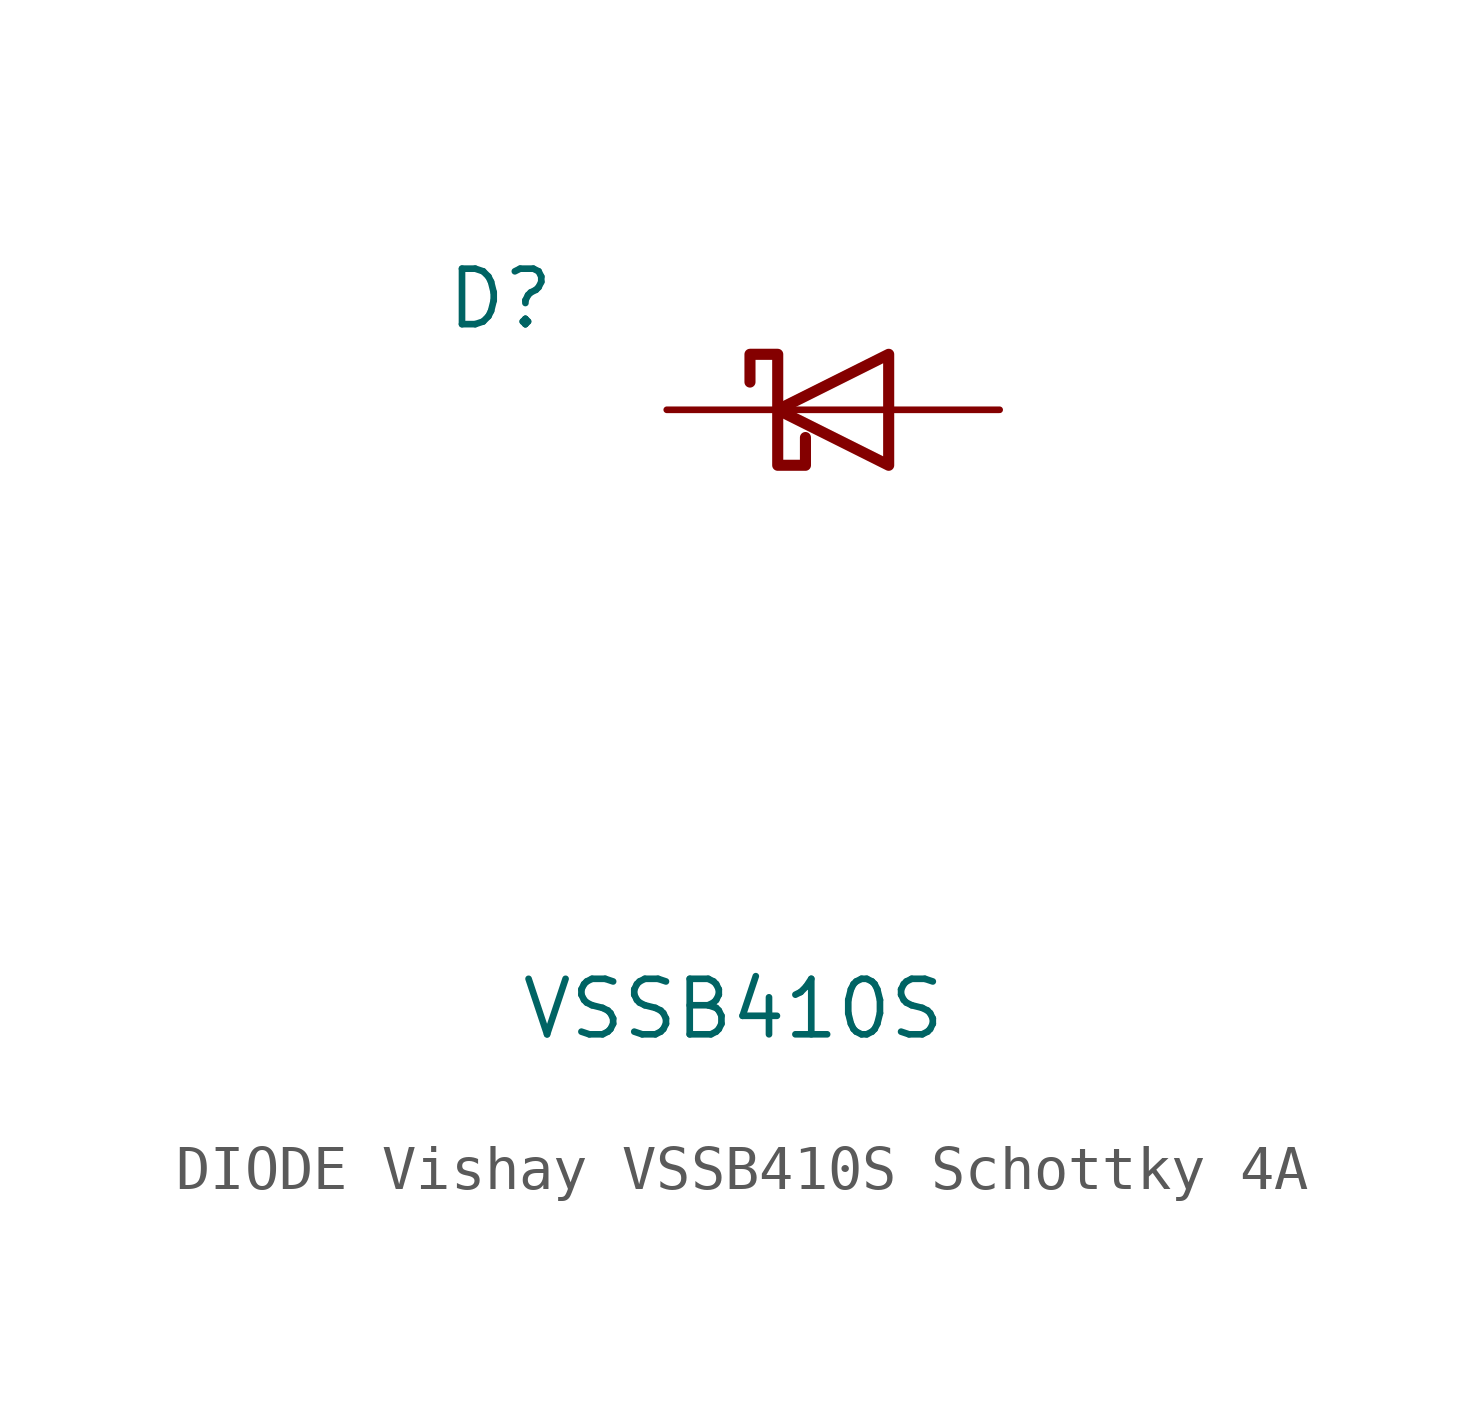
<source format=kicad_sym>
(kicad_symbol_lib
  (version 20241209)
  (generator "kicad_symbol_editor")
  (generator_version "9.0")
  (symbol "DIODE Vishay VSSB410S Schottky 4A"
    (pin_numbers
      (hide yes))
    (pin_names
      (offset 1.016)
      (hide yes))
    (property "Reference" "D"
      (at -7.62 2.54 0)
      (effects (font (size 1.27 1.27))))
    (property "Value" "VSSB410S"
      (at -2.286 -13.716 0)
      (effects (font (size 1.27 1.27))))
    (symbol "DIODE Vishay VSSB410S Schottky 4A_0_1"
      (polyline (pts (xy -1.905 0.635) (xy -1.905 1.27) (xy -1.27 1.27) (xy -1.27 -1.27) (xy -0.635 -1.27) (xy -0.635 -0.635)) (stroke (width 0.254) (type default)) (fill (type none)))
      (polyline (pts (xy 1.27 1.27) (xy 1.27 -1.27) (xy -1.27 0) (xy 1.27 1.27)) (stroke (width 0.254) (type default)) (fill (type none)))
      (polyline (pts (xy 1.27 0) (xy -1.27 0)) (stroke (width 0) (type default)) (fill (type none))))
    (symbol "DIODE Vishay VSSB410S Schottky 4A_1_1"
      (pin passive line (at -3.81 0 0) (length 2.54) (name "K" (effects (font (size 1.27 1.27)))) (number "1" (effects (font (size 1.27 1.27)))))
      (pin passive line (at 3.81 0 180) (length 2.54) (name "A" (effects (font (size 1.27 1.27)))) (number "2" (effects (font (size 1.27 1.27))))))))
</source>
